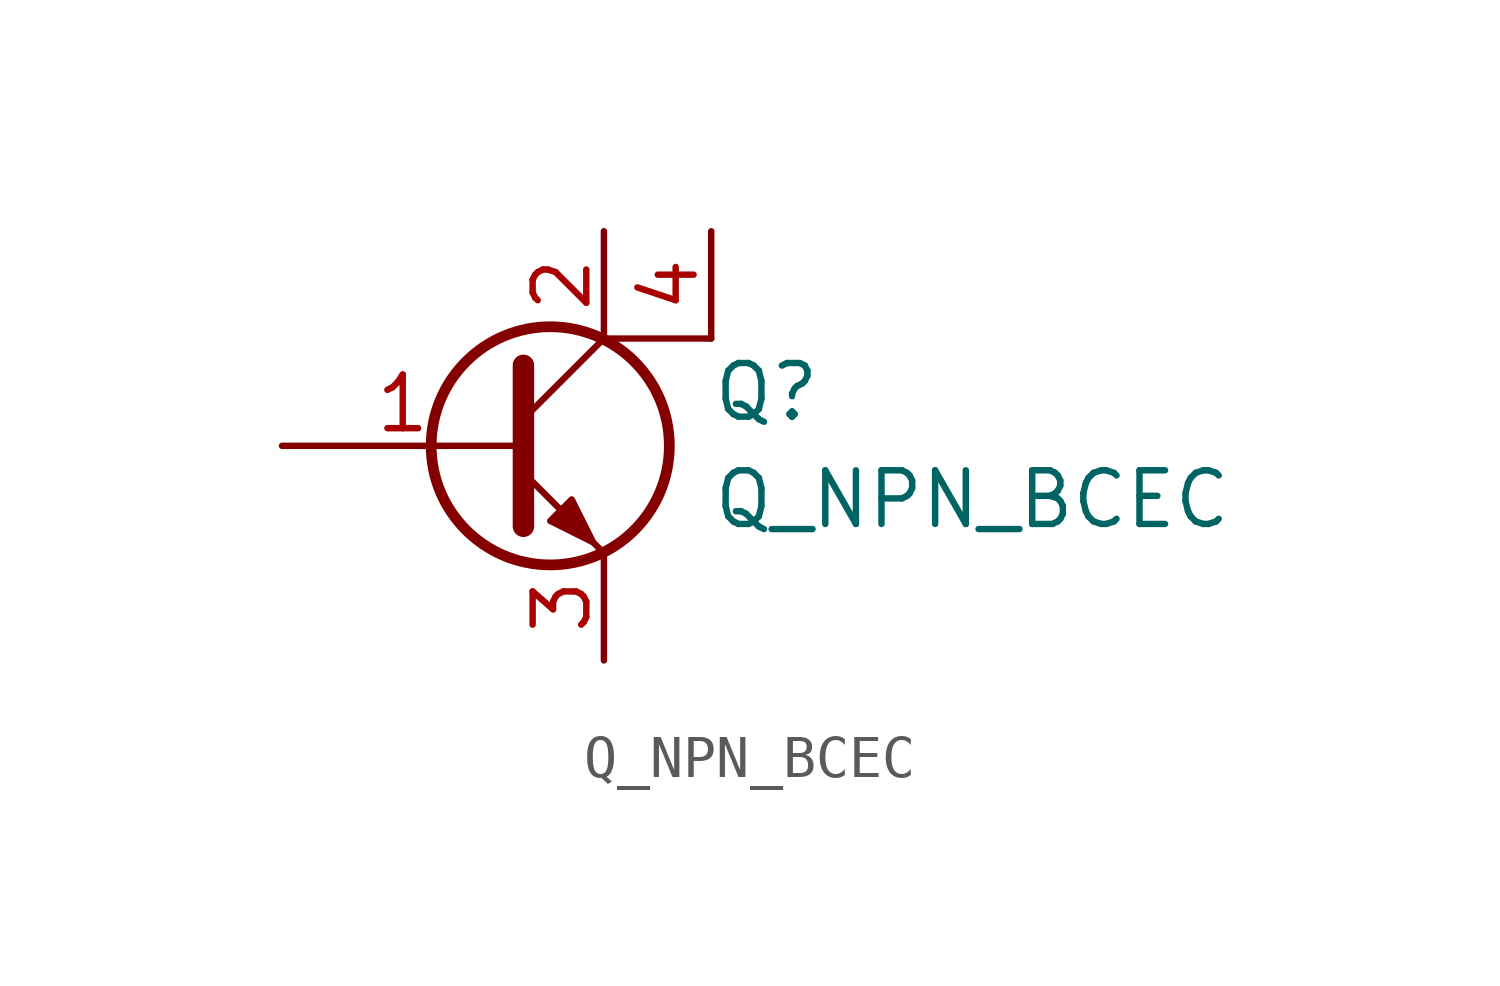
<source format=kicad_sym>
(kicad_symbol_lib
  (version 20231120)
  (generator "kicad_symbol_editor")
  (generator_version "8.0")
  (symbol "Q_NPN_BCEC"
    (pin_names
      (offset 0) hide)
    (property "Reference" "Q"
      (at 5.08 1.27 0)
      (effects (font (size 1.27 1.27)) (justify left)))
    (property "Value" "Q_NPN_BCEC"
      (at 5.08 -1.27 0)
      (effects (font (size 1.27 1.27)) (justify left)))
    (symbol "Q_NPN_BCEC_0_1"
      (polyline (pts (xy 0.635 0.635) (xy 2.54 2.54)) (stroke (width 0) (type default)) (fill (type none)))
      (polyline (pts (xy 2.54 2.54) (xy 5.08 2.54)) (stroke (width 0) (type default)) (fill (type none)))
      (polyline (pts (xy 0.635 -0.635) (xy 2.54 -2.54) (xy 2.54 -2.54)) (stroke (width 0) (type default)) (fill (type none)))
      (polyline (pts (xy 0.635 1.905) (xy 0.635 -1.905) (xy 0.635 -1.905)) (stroke (width 0.508) (type default)) (fill (type none)))
      (polyline (pts (xy 1.27 -1.778) (xy 1.778 -1.27) (xy 2.286 -2.286) (xy 1.27 -1.778) (xy 1.27 -1.778)) (stroke (width 0) (type default)) (fill (type outline)))
      (circle (center 1.27 0) (radius 2.819) (stroke (width 0.254) (type default)) (fill (type none))))
    (symbol "Q_NPN_BCEC_1_1"
      (pin passive line (at -5.08 0 0) (length 5.715) (name "B" (effects (font (size 1.27 1.27)))) (number "1" (effects (font (size 1.27 1.27)))))
      (pin passive line (at 2.54 5.08 270) (length 2.54) (name "C" (effects (font (size 1.27 1.27)))) (number "2" (effects (font (size 1.27 1.27)))))
      (pin passive line (at 2.54 -5.08 90) (length 2.54) (name "E" (effects (font (size 1.27 1.27)))) (number "3" (effects (font (size 1.27 1.27)))))
      (pin passive line (at 5.08 5.08 270) (length 2.54) (name "C" (effects (font (size 1.27 1.27)))) (number "4" (effects (font (size 1.27 1.27))))))))
</source>
